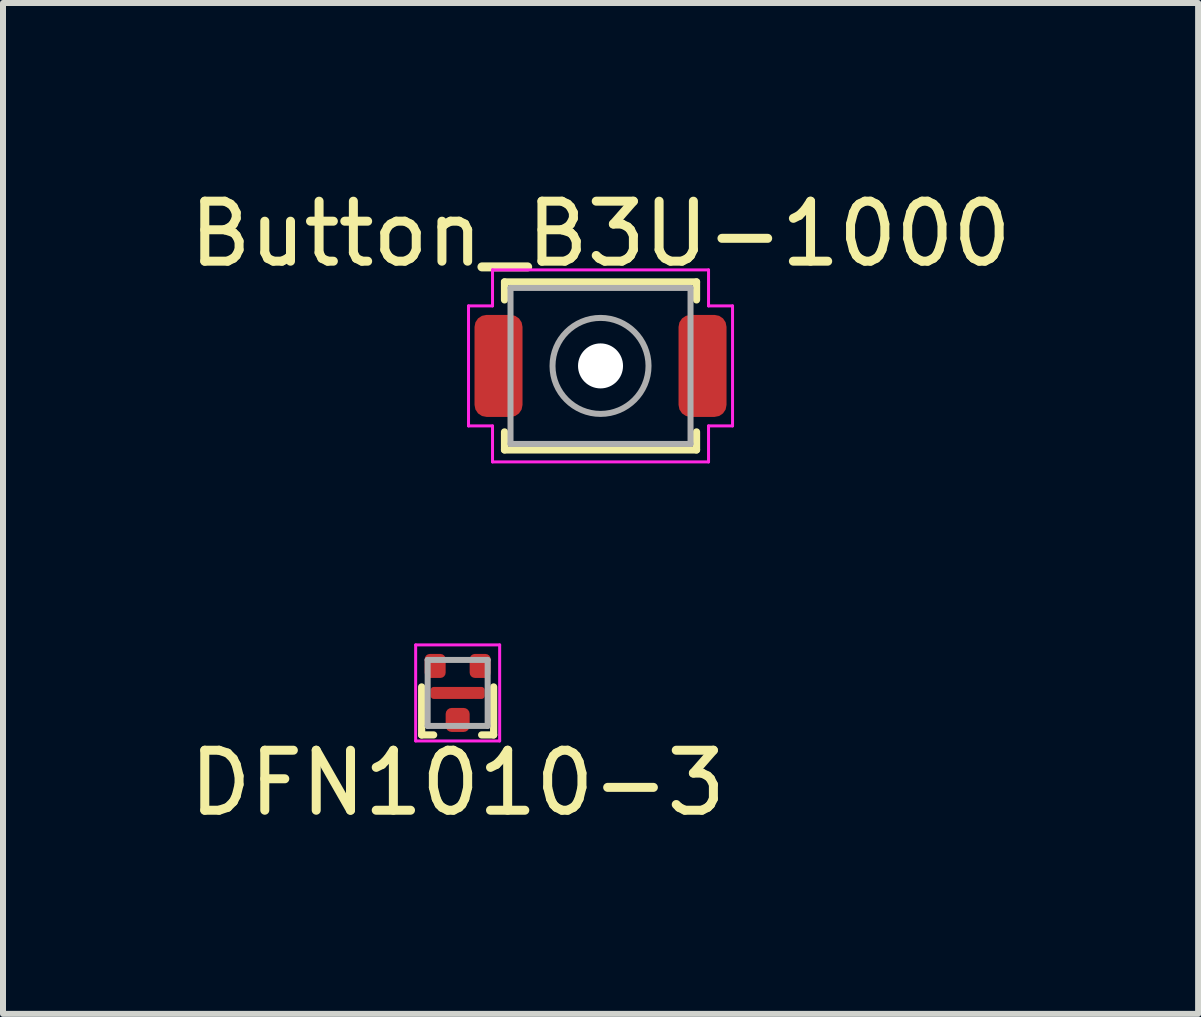
<source format=kicad_pcb>
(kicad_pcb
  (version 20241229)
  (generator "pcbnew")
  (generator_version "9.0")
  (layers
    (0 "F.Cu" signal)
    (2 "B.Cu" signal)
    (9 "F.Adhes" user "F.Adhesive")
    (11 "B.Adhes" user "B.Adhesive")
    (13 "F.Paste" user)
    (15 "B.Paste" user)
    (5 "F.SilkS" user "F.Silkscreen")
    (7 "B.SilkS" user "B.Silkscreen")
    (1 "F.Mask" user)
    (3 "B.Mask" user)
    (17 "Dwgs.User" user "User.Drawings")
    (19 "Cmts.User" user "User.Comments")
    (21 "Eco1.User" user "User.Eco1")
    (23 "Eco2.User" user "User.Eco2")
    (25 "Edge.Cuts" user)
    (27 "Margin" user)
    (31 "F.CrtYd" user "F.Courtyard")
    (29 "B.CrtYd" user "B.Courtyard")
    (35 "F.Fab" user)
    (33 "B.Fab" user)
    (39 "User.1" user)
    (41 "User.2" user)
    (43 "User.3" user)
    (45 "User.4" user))
  (footprint "Button_B3U-1000"
    (layer "F.Cu")
    (at 6.958 3.048)
    (property "Reference" "Button_B3U-1000" (at 0 -2.2 0) (layer "F.SilkS") (effects (font (size 1 1) (thickness 0.15))))
    (attr smd)
    (fp_line (start -1.6 -1.4) (end 1.6 -1.4) (stroke (width 0.12) (type solid)) (layer "F.SilkS"))
    (fp_line (start -1.6 -1.1) (end -1.6 -1.4) (stroke (width 0.12) (type solid)) (layer "F.SilkS"))
    (fp_line (start -1.6 1.4) (end -1.6 1.1) (stroke (width 0.12) (type solid)) (layer "F.SilkS"))
    (fp_line (start 1.6 -1.4) (end 1.6 -1.1) (stroke (width 0.12) (type solid)) (layer "F.SilkS"))
    (fp_line (start 1.6 1.1) (end 1.6 1.4) (stroke (width 0.12) (type solid)) (layer "F.SilkS"))
    (fp_line (start 1.6 1.4) (end -1.6 1.4) (stroke (width 0.12) (type solid)) (layer "F.SilkS"))
    (fp_line (start -2.2 -1) (end -1.8 -1) (stroke (width 0.05) (type solid)) (layer "F.CrtYd"))
    (fp_line (start -2.2 1) (end -2.2 -1) (stroke (width 0.05) (type solid)) (layer "F.CrtYd"))
    (fp_line (start -1.8 -1.6) (end 1.8 -1.6) (stroke (width 0.05) (type solid)) (layer "F.CrtYd"))
    (fp_line (start -1.8 -1) (end -1.8 -1.6) (stroke (width 0.05) (type solid)) (layer "F.CrtYd"))
    (fp_line (start -1.8 1) (end -2.2 1) (stroke (width 0.05) (type solid)) (layer "F.CrtYd"))
    (fp_line (start -1.8 1.6) (end -1.8 1) (stroke (width 0.05) (type solid)) (layer "F.CrtYd"))
    (fp_line (start 1.8 -1.6) (end 1.8 -1) (stroke (width 0.05) (type solid)) (layer "F.CrtYd"))
    (fp_line (start 1.8 -1) (end 2.2 -1) (stroke (width 0.05) (type solid)) (layer "F.CrtYd"))
    (fp_line (start 1.8 1) (end 1.8 1.6) (stroke (width 0.05) (type solid)) (layer "F.CrtYd"))
    (fp_line (start 1.8 1.6) (end -1.8 1.6) (stroke (width 0.05) (type solid)) (layer "F.CrtYd"))
    (fp_line (start 2.2 -1) (end 2.2 1) (stroke (width 0.05) (type solid)) (layer "F.CrtYd"))
    (fp_line (start 2.2 1) (end 1.8 1) (stroke (width 0.05) (type solid)) (layer "F.CrtYd"))
    (fp_line (start -1.5 -1.3) (end 1.5 -1.3) (stroke (width 0.1) (type solid)) (layer "F.Fab"))
    (fp_line (start -1.5 1.3) (end -1.5 -1.3) (stroke (width 0.1) (type solid)) (layer "F.Fab"))
    (fp_line (start 1.5 -1.3) (end 1.5 1.3) (stroke (width 0.1) (type solid)) (layer "F.Fab"))
    (fp_line (start 1.5 1.3) (end -1.5 1.3) (stroke (width 0.1) (type solid)) (layer "F.Fab"))
    (fp_circle (center 0 0) (end 0.8 0) (stroke (width 0.1) (type solid)) (fill no) (layer "F.Fab"))
    (pad "" np_thru_hole circle (at 0 0 180) (size 0.75 0.75) (drill 0.75) (layers "*.Cu" "*.Mask"))
    (pad "1" smd roundrect (at -1.7 0) (size 0.8 1.7) (layers "F.Cu" "F.Mask" "F.Paste") (roundrect_rratio 0.25))
    (pad "2" smd roundrect (at 1.7 0 180) (size 0.8 1.7) (layers "F.Cu" "F.Mask" "F.Paste") (roundrect_rratio 0.25)))
  (footprint "DFN1010-3"
    (layer "F.Cu")
    (at 4.577 8.498)
    (property "Reference" "DFN1010-3" (at 0 1.5 0) (layer "F.SilkS") (effects (font (size 1 1) (thickness 0.15))))
    (attr through_hole)
    (fp_line (start -0.6 -0.1) (end -0.6 0.7) (stroke (width 0.12) (type solid)) (layer "F.SilkS"))
    (fp_line (start -0.6 0.7) (end -0.4 0.7) (stroke (width 0.12) (type solid)) (layer "F.SilkS"))
    (fp_line (start 0.4 0.7) (end 0.6 0.7) (stroke (width 0.12) (type solid)) (layer "F.SilkS"))
    (fp_line (start 0.6 0.7) (end 0.6 -0.1) (stroke (width 0.12) (type solid)) (layer "F.SilkS"))
    (fp_line (start -0.7 -0.8) (end -0.7 0.8) (stroke (width 0.05) (type solid)) (layer "F.CrtYd"))
    (fp_line (start -0.7 0.8) (end 0.7 0.8) (stroke (width 0.05) (type solid)) (layer "F.CrtYd"))
    (fp_line (start 0.7 -0.8) (end -0.7 -0.8) (stroke (width 0.05) (type solid)) (layer "F.CrtYd"))
    (fp_line (start 0.7 0.8) (end 0.7 -0.8) (stroke (width 0.05) (type solid)) (layer "F.CrtYd"))
    (fp_line (start -0.5 -0.55) (end 0.5 -0.55) (stroke (width 0.1) (type solid)) (layer "F.Fab"))
    (fp_line (start -0.5 0.55) (end -0.5 -0.55) (stroke (width 0.1) (type solid)) (layer "F.Fab"))
    (fp_line (start 0.5 -0.55) (end 0.5 0.55) (stroke (width 0.1) (type solid)) (layer "F.Fab"))
    (fp_line (start 0.5 0.55) (end -0.5 0.55) (stroke (width 0.1) (type solid)) (layer "F.Fab"))
    (pad "1" smd roundrect (at 0.375 -0.45) (size 0.35 0.4) (layers "F.Cu" "F.Mask" "F.Paste") (roundrect_rratio 0.25))
    (pad "2" smd roundrect (at -0.375 -0.45) (size 0.35 0.4) (layers "F.Cu" "F.Mask" "F.Paste") (roundrect_rratio 0.25))
    (pad "3" smd roundrect (at 0 0) (size 0.9 0.2) (layers "F.Cu" "F.Mask" "F.Paste") (roundrect_rratio 0.25))
    (pad "3" smd roundrect (at 0 0.45) (size 0.4 0.4) (layers "F.Cu" "F.Mask" "F.Paste") (roundrect_rratio 0.25)))
  (gr_rect
    (start -3 -3)
    (end 16.917 13.847)
    (stroke (width 0.1) (type default))
    (fill no)
    (layer "Edge.Cuts")))
</source>
